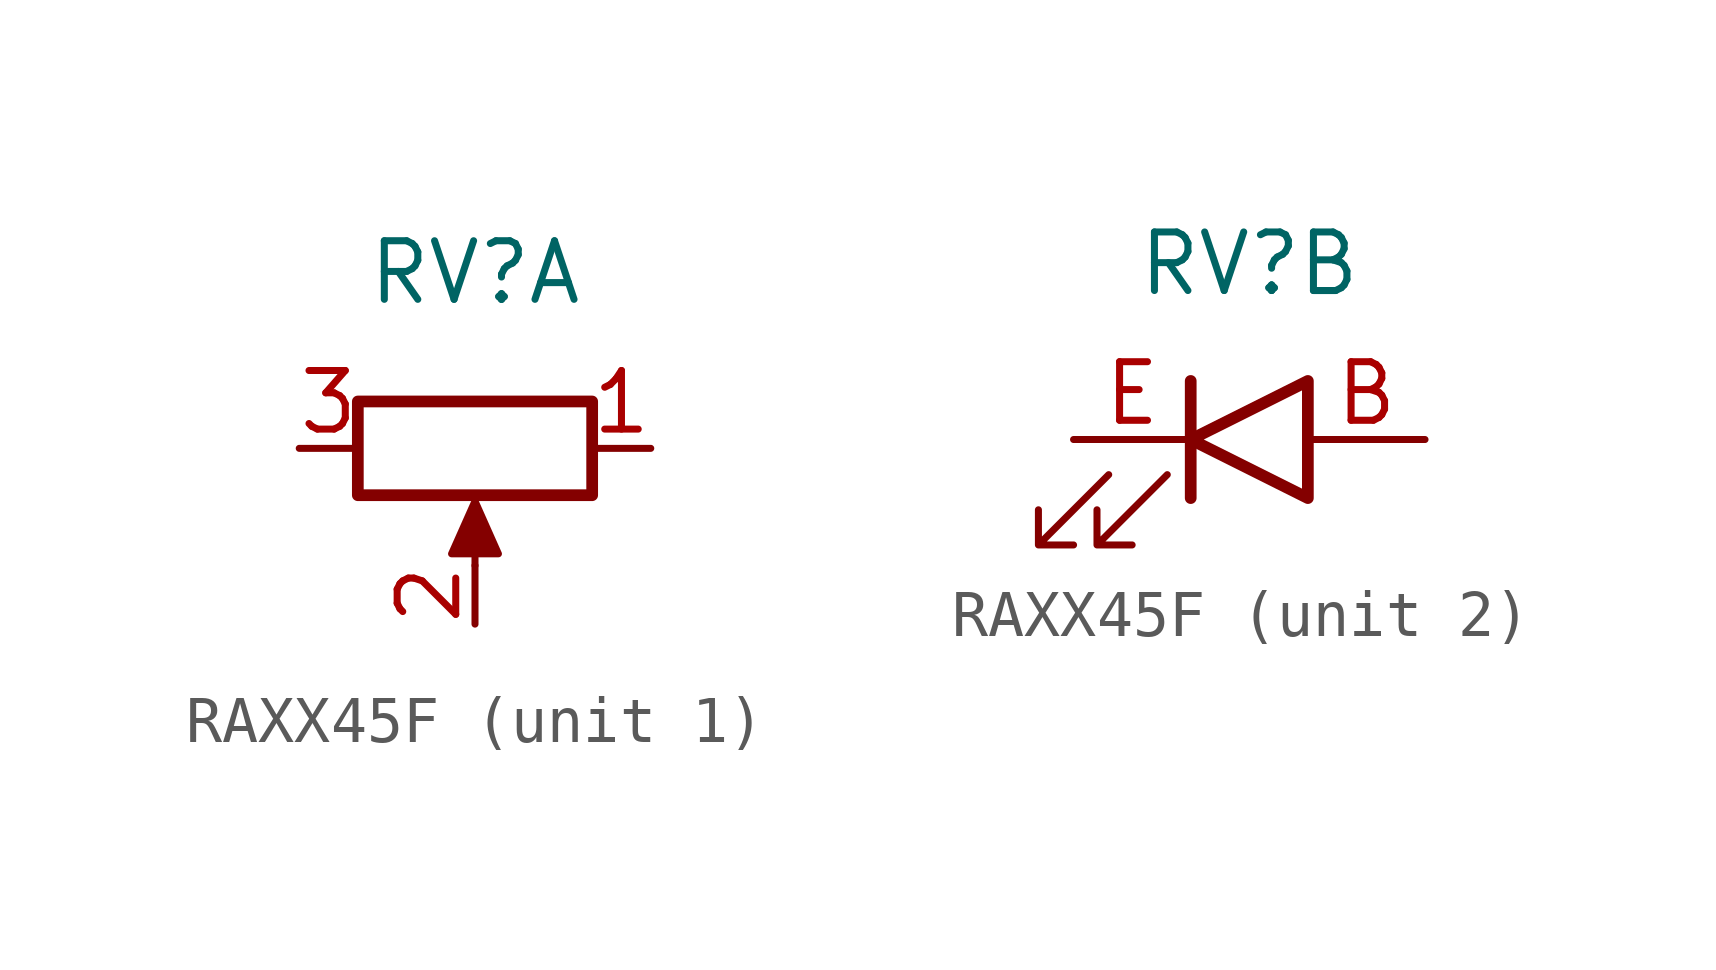
<source format=kicad_sym>
(kicad_symbol_lib
  (version 20220914)
  (generator kicad_symbol_editor)
  (symbol "RAXX45F"
    (pin_names hide)
    (property "Reference" "RV"
      (at 0 3.81 0)
      (effects (font (size 1.27 1.27))))
    (property "Value" ""
      (at 0 0 0)
      (effects (font (size 1.27 1.27))))
    (property "ki_locked" ""
      (at 0 0 0)
      (effects (font (size 1.27 1.27))))
    (symbol "RAXX45F_1_1"
      (rectangle (start -2.54 1.016) (end 2.54 -1.016) (stroke (width 0.254) (type default)) (fill (type none)))
      (polyline (pts (xy 0 -2.54) (xy 0 -1.524)) (stroke (width 0) (type default)) (fill (type none)))
      (polyline (pts (xy 0 -1.143) (xy 0.508 -2.286) (xy -0.508 -2.286) (xy 0 -1.143)) (stroke (width 0) (type default)) (fill (type outline)))
      (pin passive line (at 3.81 0 180) (length 1.27) (name "1" (effects (font (size 1.27 1.27)))) (number "1" (effects (font (size 1.27 1.27)))))
      (pin passive line (at 0 -3.81 90) (length 1.27) (name "2" (effects (font (size 1.27 1.27)))) (number "2" (effects (font (size 1.27 1.27)))))
      (pin passive line (at -3.81 0 0) (length 1.27) (name "3" (effects (font (size 1.27 1.27)))) (number "3" (effects (font (size 1.27 1.27))))))
    (symbol "RAXX45F_2_1"
      (polyline (pts (xy -1.27 -1.27) (xy -1.27 1.27)) (stroke (width 0.254) (type default)) (fill (type none)))
      (polyline (pts (xy 1.27 -1.27) (xy 1.27 1.27) (xy -1.27 0) (xy 1.27 -1.27)) (stroke (width 0.254) (type default)) (fill (type none)))
      (polyline (pts (xy -3.048 -0.762) (xy -4.572 -2.286) (xy -3.81 -2.286) (xy -4.572 -2.286) (xy -4.572 -1.524)) (stroke (width 0) (type default)) (fill (type none)))
      (polyline (pts (xy -1.778 -0.762) (xy -3.302 -2.286) (xy -2.54 -2.286) (xy -3.302 -2.286) (xy -3.302 -1.524)) (stroke (width 0) (type default)) (fill (type none)))
      (pin passive line (at 3.81 0 180) (length 2.54) (name "A" (effects (font (size 1.27 1.27)))) (number "B" (effects (font (size 1.27 1.27)))))
      (pin passive line (at -3.81 0 0) (length 2.54) (name "K" (effects (font (size 1.27 1.27)))) (number "E" (effects (font (size 1.27 1.27))))))))
</source>
